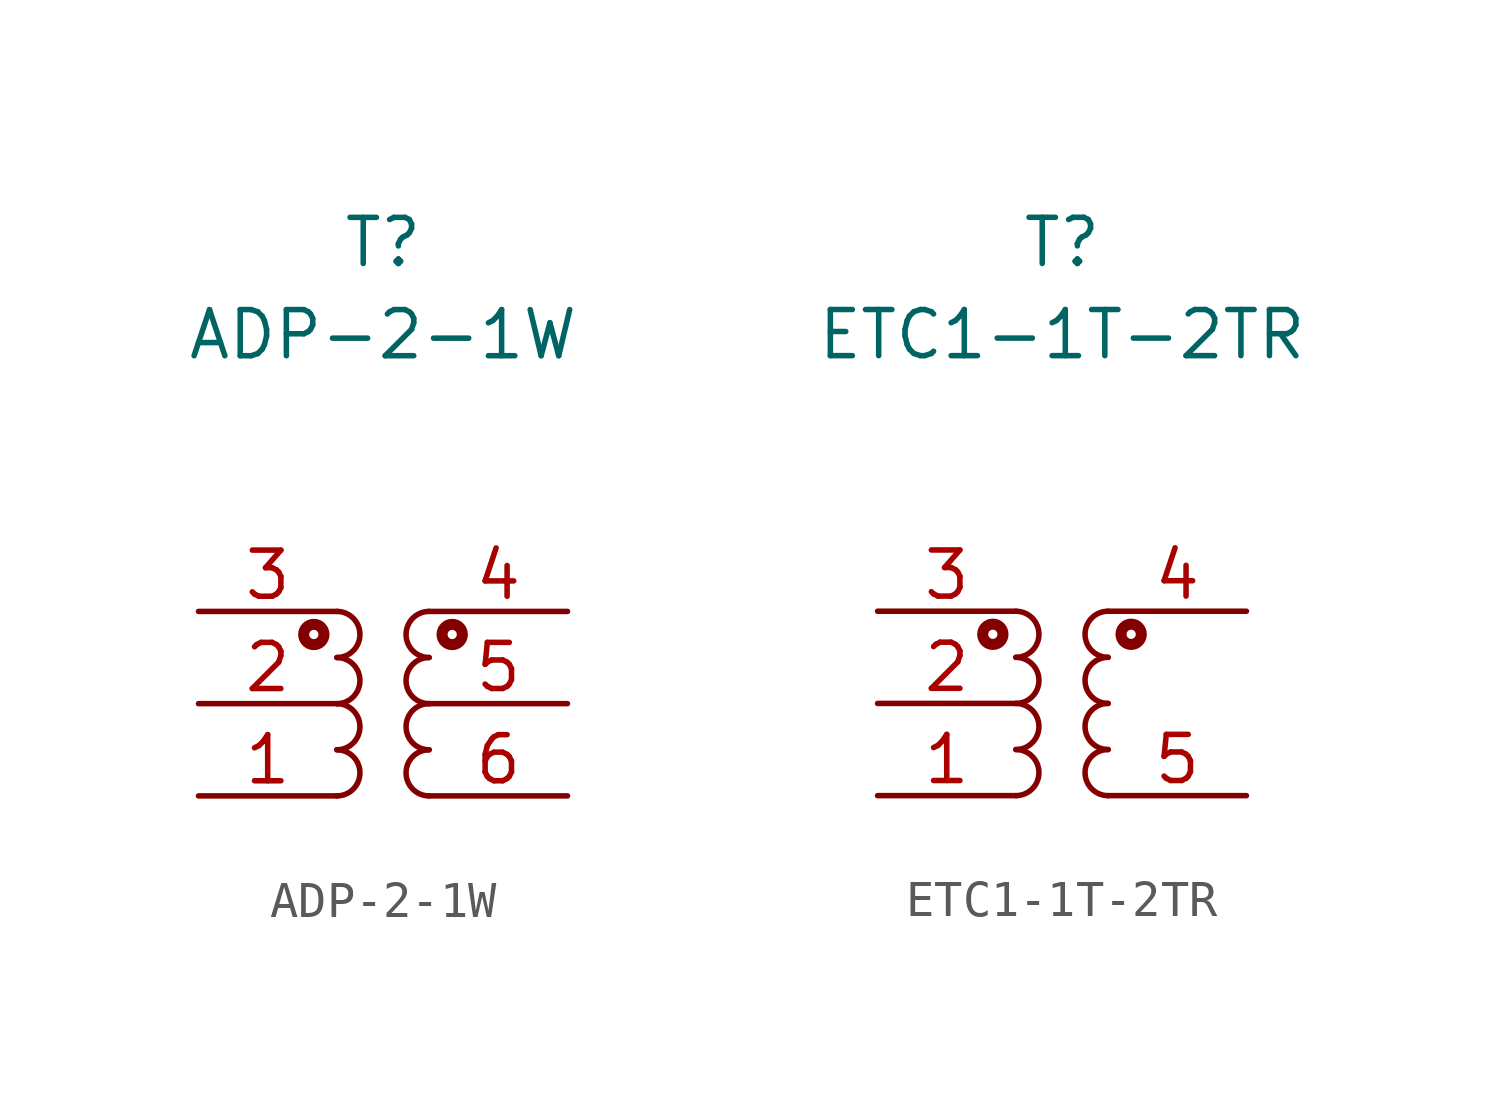
<source format=kicad_sym>
(kicad_symbol_lib
  (version 20220914)
  (generator kicad_symbol_editor)
  (symbol "ADP-2-1W"
    (pin_names hide)
    (property "Reference" "T"
      (at 0 12.7 0)
      (effects (font (size 1.27 1.27))))
    (property "Value" "ADP-2-1W"
      (at 0 10.16 0)
      (effects (font (size 1.27 1.27))))
    (symbol "ADP-2-1W_0_1"
      (circle (center -1.905 1.905) (radius 0.127) (stroke (width 0.305) (type default)) (fill (type none)))
      (circle (center 1.905 1.905) (radius 0.127) (stroke (width 0.305) (type default)) (fill (type none))))
    (symbol "ADP-2-1W_1_1"
      (arc (start -1.27 -2.54) (mid -0.6377 -1.905) (end -1.27 -1.27) (stroke (width 0) (type default)) (fill (type none)))
      (arc (start -1.27 -1.27) (mid -0.6377 -0.635) (end -1.27 0) (stroke (width 0) (type default)) (fill (type none)))
      (arc (start -1.27 0) (mid -0.6377 0.635) (end -1.27 1.27) (stroke (width 0) (type default)) (fill (type none)))
      (arc (start -1.27 1.27) (mid -0.6377 1.905) (end -1.27 2.54) (stroke (width 0) (type default)) (fill (type none)))
      (arc (start 1.27 -1.27) (mid 0.6377 -1.905) (end 1.27 -2.54) (stroke (width 0) (type default)) (fill (type none)))
      (arc (start 1.27 0) (mid 0.6377 -0.635) (end 1.27 -1.27) (stroke (width 0) (type default)) (fill (type none)))
      (arc (start 1.27 1.27) (mid 0.6377 0.635) (end 1.27 0) (stroke (width 0) (type default)) (fill (type none)))
      (arc (start 1.27 2.54) (mid 0.6377 1.905) (end 1.27 1.27) (stroke (width 0) (type default)) (fill (type none)))
      (pin passive line (at -5.08 -2.54 0) (length 3.81) (name "1" (effects (font (size 1.27 1.27)))) (number "1" (effects (font (size 1.27 1.27)))))
      (pin passive line (at -5.08 0 0) (length 3.81) (name "2" (effects (font (size 1.27 1.27)))) (number "2" (effects (font (size 1.27 1.27)))))
      (pin passive line (at -5.08 2.54 0) (length 3.81) (name "3" (effects (font (size 1.27 1.27)))) (number "3" (effects (font (size 1.27 1.27)))))
      (pin passive line (at 5.08 2.54 180) (length 3.81) (name "4" (effects (font (size 1.27 1.27)))) (number "4" (effects (font (size 1.27 1.27)))))
      (pin passive line (at 5.08 0 180) (length 3.81) (name "5" (effects (font (size 1.27 1.27)))) (number "5" (effects (font (size 1.27 1.27)))))
      (pin passive line (at 5.08 -2.54 180) (length 3.81) (name "6" (effects (font (size 1.27 1.27)))) (number "6" (effects (font (size 1.27 1.27)))))))
  (symbol "ETC1-1T-2TR"
    (pin_names
      (offset 1.016) hide)
    (property "Reference" "T"
      (at 0 12.7 0)
      (effects (font (size 1.27 1.27))))
    (property "Value" "ETC1-1T-2TR"
      (at 0 10.16 0)
      (effects (font (size 1.27 1.27))))
    (symbol "ETC1-1T-2TR_1_1"
      (circle (center -1.905 1.905) (radius 0.127) (stroke (width 0.305) (type default)) (fill (type none)))
      (arc (start -1.27 -2.54) (mid -0.6377 -1.905) (end -1.27 -1.27) (stroke (width 0) (type default)) (fill (type none)))
      (arc (start -1.27 -1.27) (mid -0.6377 -0.635) (end -1.27 0) (stroke (width 0) (type default)) (fill (type none)))
      (arc (start -1.27 0) (mid -0.6377 0.635) (end -1.27 1.27) (stroke (width 0) (type default)) (fill (type none)))
      (arc (start -1.27 1.27) (mid -0.6377 1.905) (end -1.27 2.54) (stroke (width 0) (type default)) (fill (type none)))
      (arc (start 1.27 -1.27) (mid 0.6377 -1.905) (end 1.27 -2.54) (stroke (width 0) (type default)) (fill (type none)))
      (arc (start 1.27 0) (mid 0.6377 -0.635) (end 1.27 -1.27) (stroke (width 0) (type default)) (fill (type none)))
      (arc (start 1.27 1.27) (mid 0.6377 0.635) (end 1.27 0) (stroke (width 0) (type default)) (fill (type none)))
      (arc (start 1.27 2.54) (mid 0.6377 1.905) (end 1.27 1.27) (stroke (width 0) (type default)) (fill (type none)))
      (circle (center 1.905 1.905) (radius 0.127) (stroke (width 0.305) (type default)) (fill (type none)))
      (pin passive line (at -5.08 -2.54 0) (length 3.81) (name "1" (effects (font (size 1.27 1.27)))) (number "1" (effects (font (size 1.27 1.27)))))
      (pin passive line (at -5.08 0 0) (length 3.81) (name "2" (effects (font (size 1.27 1.27)))) (number "2" (effects (font (size 1.27 1.27)))))
      (pin passive line (at -5.08 2.54 0) (length 3.81) (name "3" (effects (font (size 1.27 1.27)))) (number "3" (effects (font (size 1.27 1.27)))))
      (pin passive line (at 5.08 2.54 180) (length 3.81) (name "4" (effects (font (size 1.27 1.27)))) (number "4" (effects (font (size 1.27 1.27)))))
      (pin passive line (at 5.08 -2.54 180) (length 3.81) (name "5" (effects (font (size 1.27 1.27)))) (number "5" (effects (font (size 1.27 1.27))))))))
</source>
